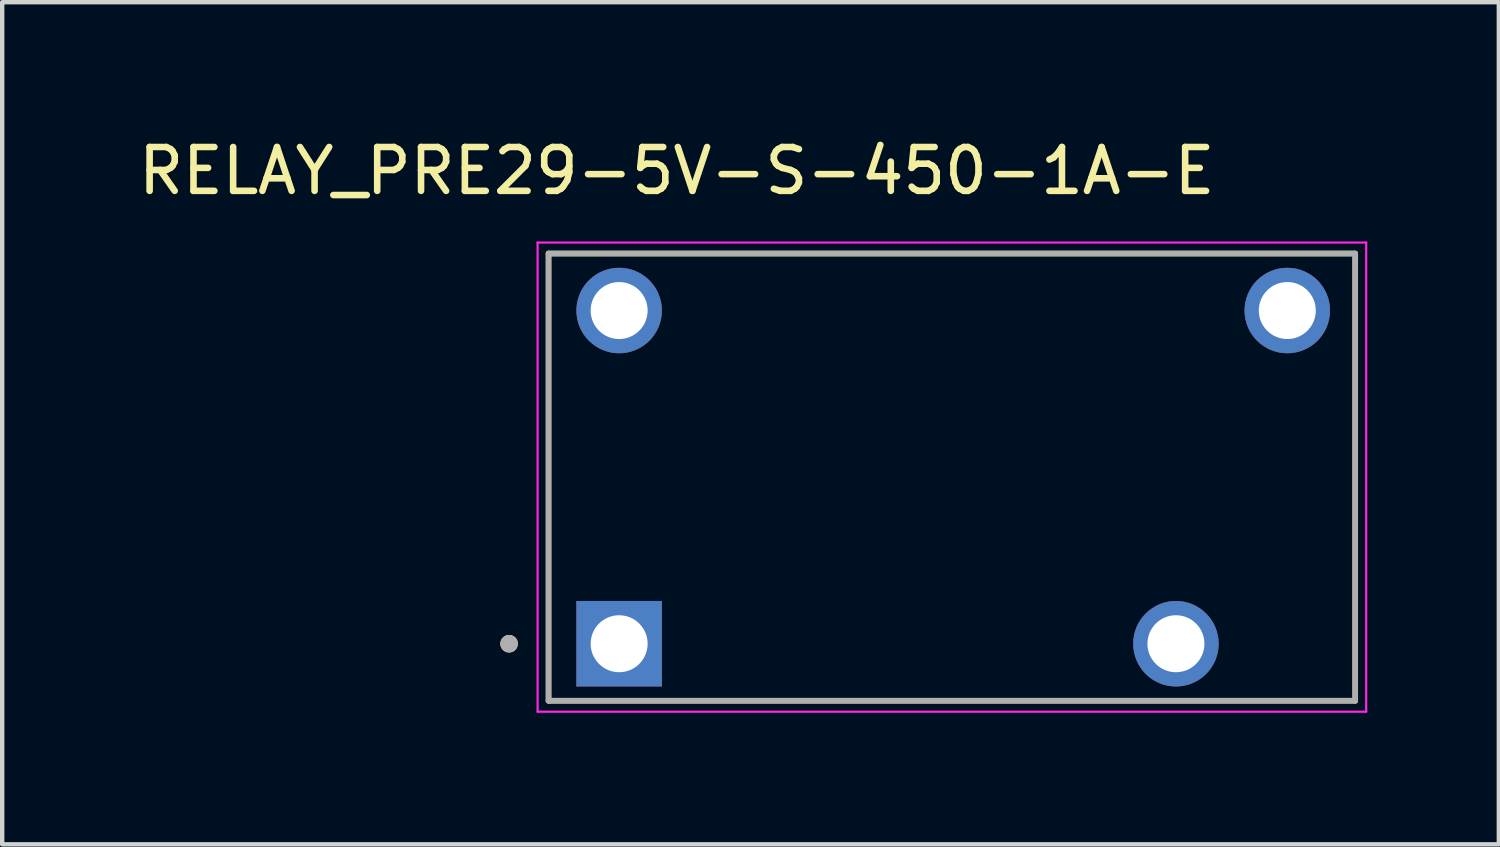
<source format=kicad_pcb>
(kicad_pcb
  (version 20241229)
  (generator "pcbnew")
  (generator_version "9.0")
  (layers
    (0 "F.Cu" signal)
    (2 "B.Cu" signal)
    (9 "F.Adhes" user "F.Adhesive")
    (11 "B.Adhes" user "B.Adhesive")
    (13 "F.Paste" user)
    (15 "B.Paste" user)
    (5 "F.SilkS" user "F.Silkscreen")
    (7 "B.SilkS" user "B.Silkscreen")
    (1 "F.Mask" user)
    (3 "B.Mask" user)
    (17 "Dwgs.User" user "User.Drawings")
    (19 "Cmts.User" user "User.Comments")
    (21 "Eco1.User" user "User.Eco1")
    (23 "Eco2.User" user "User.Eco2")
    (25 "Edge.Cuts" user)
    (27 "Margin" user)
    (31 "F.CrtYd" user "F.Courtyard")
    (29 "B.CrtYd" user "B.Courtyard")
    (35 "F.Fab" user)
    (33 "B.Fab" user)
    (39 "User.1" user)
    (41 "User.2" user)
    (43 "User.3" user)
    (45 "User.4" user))
  (footprint "RELAY_PRE29-5V-S-450-1A-E"
    (layer "F.Cu")
    (at 18.662 7.833)
    (property "Reference" "RELAY_PRE29-5V-S-450-1A-E" (at -6.275 -6.985 0) (layer "F.SilkS") (effects (font (size 1 1) (thickness 0.15))))
    (attr through_hole)
    (fp_line (start -9.2 -5.1) (end -9.2 5.1) (stroke (width 0.127) (type solid)) (layer "F.SilkS"))
    (fp_line (start -9.2 5.1) (end 9.2 5.1) (stroke (width 0.127) (type solid)) (layer "F.SilkS"))
    (fp_line (start 9.2 -5.1) (end -9.2 -5.1) (stroke (width 0.127) (type solid)) (layer "F.SilkS"))
    (fp_line (start 9.2 5.1) (end 9.2 -5.1) (stroke (width 0.127) (type solid)) (layer "F.SilkS"))
    (fp_circle (center -10.1 3.8) (end -10 3.8) (stroke (width 0.2) (type solid)) (fill no) (layer "F.SilkS"))
    (fp_line (start -9.45 -5.35) (end -9.45 5.35) (stroke (width 0.05) (type solid)) (layer "F.CrtYd"))
    (fp_line (start -9.45 5.35) (end 9.45 5.35) (stroke (width 0.05) (type solid)) (layer "F.CrtYd"))
    (fp_line (start 9.45 -5.35) (end -9.45 -5.35) (stroke (width 0.05) (type solid)) (layer "F.CrtYd"))
    (fp_line (start 9.45 5.35) (end 9.45 -5.35) (stroke (width 0.05) (type solid)) (layer "F.CrtYd"))
    (fp_line (start -9.2 -5.1) (end -9.2 5.1) (stroke (width 0.127) (type solid)) (layer "F.Fab"))
    (fp_line (start -9.2 5.1) (end 9.2 5.1) (stroke (width 0.127) (type solid)) (layer "F.Fab"))
    (fp_line (start 9.2 -5.1) (end -9.2 -5.1) (stroke (width 0.127) (type solid)) (layer "F.Fab"))
    (fp_line (start 9.2 5.1) (end 9.2 -5.1) (stroke (width 0.127) (type solid)) (layer "F.Fab"))
    (fp_circle (center -10.1 3.8) (end -10 3.8) (stroke (width 0.2) (type solid)) (fill no) (layer "F.Fab"))
    (pad "1" thru_hole rect (at -7.59 3.8) (size 1.95 1.95) (drill 1.3) (layers "*.Cu" "*.Mask"))
    (pad "2" thru_hole circle (at -7.59 -3.8) (size 1.95 1.95) (drill 1.3) (layers "*.Cu" "*.Mask"))
    (pad "3" thru_hole circle (at 5.11 3.8) (size 1.95 1.95) (drill 1.3) (layers "*.Cu" "*.Mask"))
    (pad "4" thru_hole circle (at 7.65 -3.8) (size 1.95 1.95) (drill 1.3) (layers "*.Cu" "*.Mask")))
  (gr_rect
    (start -3 -3)
    (end 31.137 16.208)
    (stroke (width 0.1) (type default))
    (fill no)
    (layer "Edge.Cuts")))
</source>
